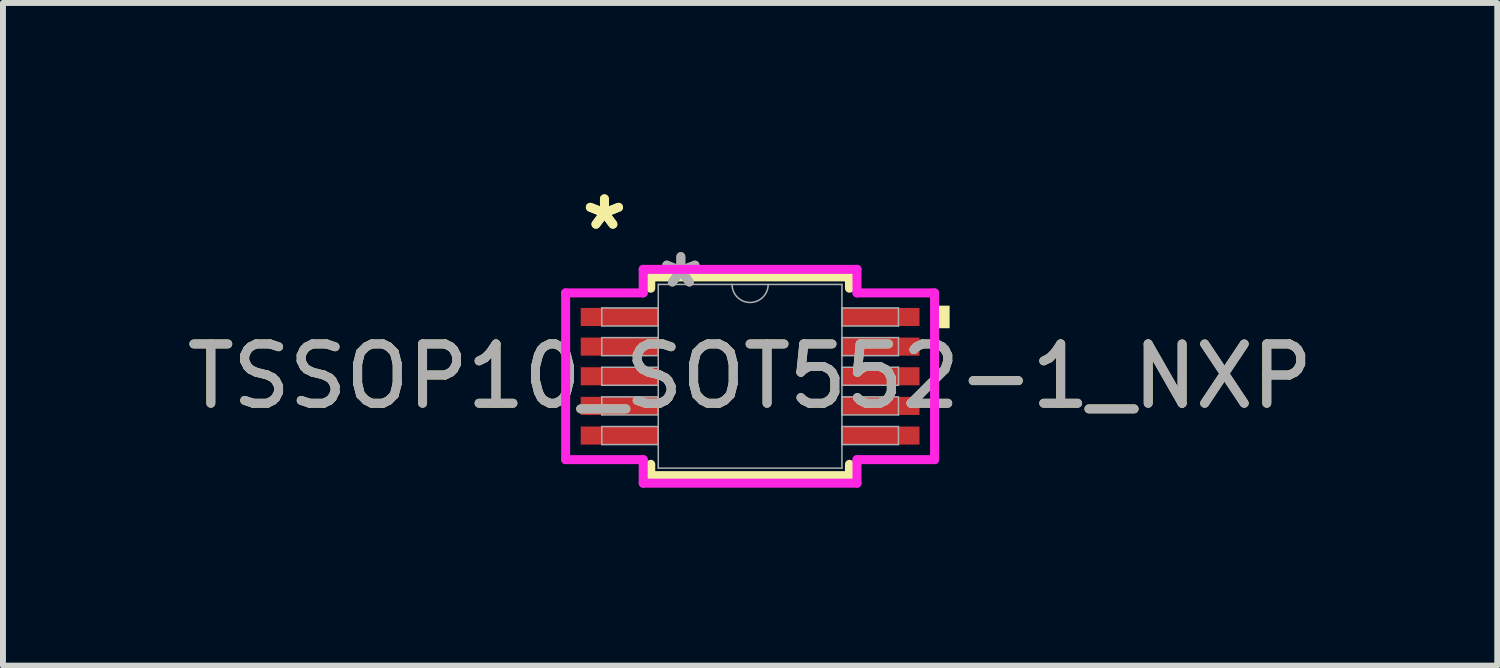
<source format=kicad_pcb>
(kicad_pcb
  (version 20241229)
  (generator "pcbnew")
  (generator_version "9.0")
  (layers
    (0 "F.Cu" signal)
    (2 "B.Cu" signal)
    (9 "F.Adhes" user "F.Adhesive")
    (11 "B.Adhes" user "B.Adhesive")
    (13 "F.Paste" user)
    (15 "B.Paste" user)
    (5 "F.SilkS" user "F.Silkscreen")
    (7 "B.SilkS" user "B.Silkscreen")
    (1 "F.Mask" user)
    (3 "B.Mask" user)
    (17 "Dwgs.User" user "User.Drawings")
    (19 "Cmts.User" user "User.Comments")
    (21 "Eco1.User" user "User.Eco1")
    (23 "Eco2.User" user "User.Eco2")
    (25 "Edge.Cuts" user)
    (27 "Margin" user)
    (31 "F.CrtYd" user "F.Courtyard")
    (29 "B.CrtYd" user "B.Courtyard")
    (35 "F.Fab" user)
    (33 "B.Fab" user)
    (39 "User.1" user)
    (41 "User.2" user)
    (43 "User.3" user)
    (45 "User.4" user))
  (footprint "TSSOP10_SOT552-1_NXP"
    (layer "F.Cu")
    (at 9.601 3.296)
    (property "Reference" "TSSOP10_SOT552-1_NXP" (at 0 0 0) (unlocked yes) (layer "F.SilkS") (effects (font (size 1 1) (thickness 0.15))))
    (attr smd)
    (fp_line (start -1.676 -1.676) (end -1.676 -1.485) (stroke (width 0.152) (type solid)) (layer "F.SilkS"))
    (fp_line (start -1.676 1.485) (end -1.676 1.676) (stroke (width 0.152) (type solid)) (layer "F.SilkS"))
    (fp_line (start -1.676 1.676) (end 1.676 1.676) (stroke (width 0.152) (type solid)) (layer "F.SilkS"))
    (fp_line (start 1.676 -1.676) (end -1.676 -1.676) (stroke (width 0.152) (type solid)) (layer "F.SilkS"))
    (fp_line (start 1.676 -1.485) (end 1.676 -1.676) (stroke (width 0.152) (type solid)) (layer "F.SilkS"))
    (fp_line (start 1.676 1.676) (end 1.676 1.485) (stroke (width 0.152) (type solid)) (layer "F.SilkS"))
    (fp_poly (pts (xy 3.365 -1.191) (xy 3.365 -0.81) (xy 3.111 -0.81) (xy 3.111 -1.191)) (stroke (width 0) (type solid)) (fill yes) (layer "F.SilkS"))
    (fp_line (start -3.111 -1.406) (end -1.803 -1.406) (stroke (width 0.152) (type solid)) (layer "F.CrtYd"))
    (fp_line (start -3.111 1.406) (end -3.111 -1.406) (stroke (width 0.152) (type solid)) (layer "F.CrtYd"))
    (fp_line (start -3.111 1.406) (end -1.803 1.406) (stroke (width 0.152) (type solid)) (layer "F.CrtYd"))
    (fp_line (start -1.803 -1.803) (end 1.803 -1.803) (stroke (width 0.152) (type solid)) (layer "F.CrtYd"))
    (fp_line (start -1.803 -1.406) (end -1.803 -1.803) (stroke (width 0.152) (type solid)) (layer "F.CrtYd"))
    (fp_line (start -1.803 1.803) (end -1.803 1.406) (stroke (width 0.152) (type solid)) (layer "F.CrtYd"))
    (fp_line (start 1.803 -1.803) (end 1.803 -1.406) (stroke (width 0.152) (type solid)) (layer "F.CrtYd"))
    (fp_line (start 1.803 1.406) (end 1.803 1.803) (stroke (width 0.152) (type solid)) (layer "F.CrtYd"))
    (fp_line (start 1.803 1.803) (end -1.803 1.803) (stroke (width 0.152) (type solid)) (layer "F.CrtYd"))
    (fp_line (start 3.111 -1.406) (end 1.803 -1.406) (stroke (width 0.152) (type solid)) (layer "F.CrtYd"))
    (fp_line (start 3.111 -1.406) (end 3.111 1.406) (stroke (width 0.152) (type solid)) (layer "F.CrtYd"))
    (fp_line (start 3.111 1.406) (end 1.803 1.406) (stroke (width 0.152) (type solid)) (layer "F.CrtYd"))
    (fp_line (start -2.502 -1.152) (end -2.502 -0.848) (stroke (width 0.025) (type solid)) (layer "F.Fab"))
    (fp_line (start -2.502 -0.848) (end -1.549 -0.848) (stroke (width 0.025) (type solid)) (layer "F.Fab"))
    (fp_line (start -2.502 -0.652) (end -2.502 -0.348) (stroke (width 0.025) (type solid)) (layer "F.Fab"))
    (fp_line (start -2.502 -0.348) (end -1.549 -0.348) (stroke (width 0.025) (type solid)) (layer "F.Fab"))
    (fp_line (start -2.502 -0.152) (end -2.502 0.152) (stroke (width 0.025) (type solid)) (layer "F.Fab"))
    (fp_line (start -2.502 0.152) (end -1.549 0.152) (stroke (width 0.025) (type solid)) (layer "F.Fab"))
    (fp_line (start -2.502 0.348) (end -2.502 0.652) (stroke (width 0.025) (type solid)) (layer "F.Fab"))
    (fp_line (start -2.502 0.652) (end -1.549 0.652) (stroke (width 0.025) (type solid)) (layer "F.Fab"))
    (fp_line (start -2.502 0.848) (end -2.502 1.152) (stroke (width 0.025) (type solid)) (layer "F.Fab"))
    (fp_line (start -2.502 1.152) (end -1.549 1.152) (stroke (width 0.025) (type solid)) (layer "F.Fab"))
    (fp_line (start -1.549 -1.549) (end -1.549 1.549) (stroke (width 0.025) (type solid)) (layer "F.Fab"))
    (fp_line (start -1.549 -1.152) (end -2.502 -1.152) (stroke (width 0.025) (type solid)) (layer "F.Fab"))
    (fp_line (start -1.549 -0.848) (end -1.549 -1.152) (stroke (width 0.025) (type solid)) (layer "F.Fab"))
    (fp_line (start -1.549 -0.652) (end -2.502 -0.652) (stroke (width 0.025) (type solid)) (layer "F.Fab"))
    (fp_line (start -1.549 -0.348) (end -1.549 -0.652) (stroke (width 0.025) (type solid)) (layer "F.Fab"))
    (fp_line (start -1.549 -0.152) (end -2.502 -0.152) (stroke (width 0.025) (type solid)) (layer "F.Fab"))
    (fp_line (start -1.549 0.152) (end -1.549 -0.152) (stroke (width 0.025) (type solid)) (layer "F.Fab"))
    (fp_line (start -1.549 0.348) (end -2.502 0.348) (stroke (width 0.025) (type solid)) (layer "F.Fab"))
    (fp_line (start -1.549 0.652) (end -1.549 0.348) (stroke (width 0.025) (type solid)) (layer "F.Fab"))
    (fp_line (start -1.549 0.848) (end -2.502 0.848) (stroke (width 0.025) (type solid)) (layer "F.Fab"))
    (fp_line (start -1.549 1.152) (end -1.549 0.848) (stroke (width 0.025) (type solid)) (layer "F.Fab"))
    (fp_line (start -1.549 1.549) (end 1.549 1.549) (stroke (width 0.025) (type solid)) (layer "F.Fab"))
    (fp_line (start 1.549 -1.549) (end -1.549 -1.549) (stroke (width 0.025) (type solid)) (layer "F.Fab"))
    (fp_line (start 1.549 -1.152) (end 1.549 -0.848) (stroke (width 0.025) (type solid)) (layer "F.Fab"))
    (fp_line (start 1.549 -0.848) (end 2.502 -0.848) (stroke (width 0.025) (type solid)) (layer "F.Fab"))
    (fp_line (start 1.549 -0.652) (end 1.549 -0.348) (stroke (width 0.025) (type solid)) (layer "F.Fab"))
    (fp_line (start 1.549 -0.348) (end 2.502 -0.348) (stroke (width 0.025) (type solid)) (layer "F.Fab"))
    (fp_line (start 1.549 -0.152) (end 1.549 0.152) (stroke (width 0.025) (type solid)) (layer "F.Fab"))
    (fp_line (start 1.549 0.152) (end 2.502 0.152) (stroke (width 0.025) (type solid)) (layer "F.Fab"))
    (fp_line (start 1.549 0.348) (end 1.549 0.652) (stroke (width 0.025) (type solid)) (layer "F.Fab"))
    (fp_line (start 1.549 0.652) (end 2.502 0.652) (stroke (width 0.025) (type solid)) (layer "F.Fab"))
    (fp_line (start 1.549 0.848) (end 1.549 1.152) (stroke (width 0.025) (type solid)) (layer "F.Fab"))
    (fp_line (start 1.549 1.152) (end 2.502 1.152) (stroke (width 0.025) (type solid)) (layer "F.Fab"))
    (fp_line (start 1.549 1.549) (end 1.549 -1.549) (stroke (width 0.025) (type solid)) (layer "F.Fab"))
    (fp_line (start 2.502 -1.152) (end 1.549 -1.152) (stroke (width 0.025) (type solid)) (layer "F.Fab"))
    (fp_line (start 2.502 -0.848) (end 2.502 -1.152) (stroke (width 0.025) (type solid)) (layer "F.Fab"))
    (fp_line (start 2.502 -0.652) (end 1.549 -0.652) (stroke (width 0.025) (type solid)) (layer "F.Fab"))
    (fp_line (start 2.502 -0.348) (end 2.502 -0.652) (stroke (width 0.025) (type solid)) (layer "F.Fab"))
    (fp_line (start 2.502 -0.152) (end 1.549 -0.152) (stroke (width 0.025) (type solid)) (layer "F.Fab"))
    (fp_line (start 2.502 0.152) (end 2.502 -0.152) (stroke (width 0.025) (type solid)) (layer "F.Fab"))
    (fp_line (start 2.502 0.348) (end 1.549 0.348) (stroke (width 0.025) (type solid)) (layer "F.Fab"))
    (fp_line (start 2.502 0.652) (end 2.502 0.348) (stroke (width 0.025) (type solid)) (layer "F.Fab"))
    (fp_line (start 2.502 0.848) (end 1.549 0.848) (stroke (width 0.025) (type solid)) (layer "F.Fab"))
    (fp_line (start 2.502 1.152) (end 2.502 0.848) (stroke (width 0.025) (type solid)) (layer "F.Fab"))
    (fp_arc (start 0.3048 -1.5494) (mid 0 -1.2446) (end -0.3048 -1.5494) (stroke (width 0.0254) (type solid)) (layer "F.Fab"))
    (fp_text user "*" (at -2.457 -2.448 0) (unlocked yes) (layer "F.SilkS") (effects (font (size 1 1) (thickness 0.15))))
    (fp_text user "*" (at -2.457 -2.448 0) (layer "F.SilkS") (effects (font (size 1 1) (thickness 0.15))))
    (fp_text user "${REFERENCE}" (at 0 0 0) (unlocked yes) (layer "F.Fab") (effects (font (size 1 1) (thickness 0.15))))
    (fp_text user "*" (at -1.168 -1.473 0) (layer "F.Fab") (effects (font (size 1 1) (thickness 0.15))))
    (fp_text user "*" (at -1.168 -1.473 0) (unlocked yes) (layer "F.Fab") (effects (font (size 1 1) (thickness 0.15))))
    (pad "1" smd rect (at -2.203 -1) (size 1.308 0.305) (layers "F.Cu" "F.Mask" "F.Paste"))
    (pad "2" smd rect (at -2.203 -0.5) (size 1.308 0.305) (layers "F.Cu" "F.Mask" "F.Paste"))
    (pad "3" smd rect (at -2.203 0) (size 1.308 0.305) (layers "F.Cu" "F.Mask" "F.Paste"))
    (pad "4" smd rect (at -2.203 0.5) (size 1.308 0.305) (layers "F.Cu" "F.Mask" "F.Paste"))
    (pad "5" smd rect (at -2.203 1) (size 1.308 0.305) (layers "F.Cu" "F.Mask" "F.Paste"))
    (pad "6" smd rect (at 2.203 1) (size 1.308 0.305) (layers "F.Cu" "F.Mask" "F.Paste"))
    (pad "7" smd rect (at 2.203 0.5) (size 1.308 0.305) (layers "F.Cu" "F.Mask" "F.Paste"))
    (pad "8" smd rect (at 2.203 0) (size 1.308 0.305) (layers "F.Cu" "F.Mask" "F.Paste"))
    (pad "9" smd rect (at 2.203 -0.5) (size 1.308 0.305) (layers "F.Cu" "F.Mask" "F.Paste"))
    (pad "10" smd rect (at 2.203 -1) (size 1.308 0.305) (layers "F.Cu" "F.Mask" "F.Paste")))
  (gr_rect
    (start -3 -3)
    (end 22.202 8.176)
    (stroke (width 0.1) (type default))
    (fill no)
    (layer "Edge.Cuts")))
</source>
